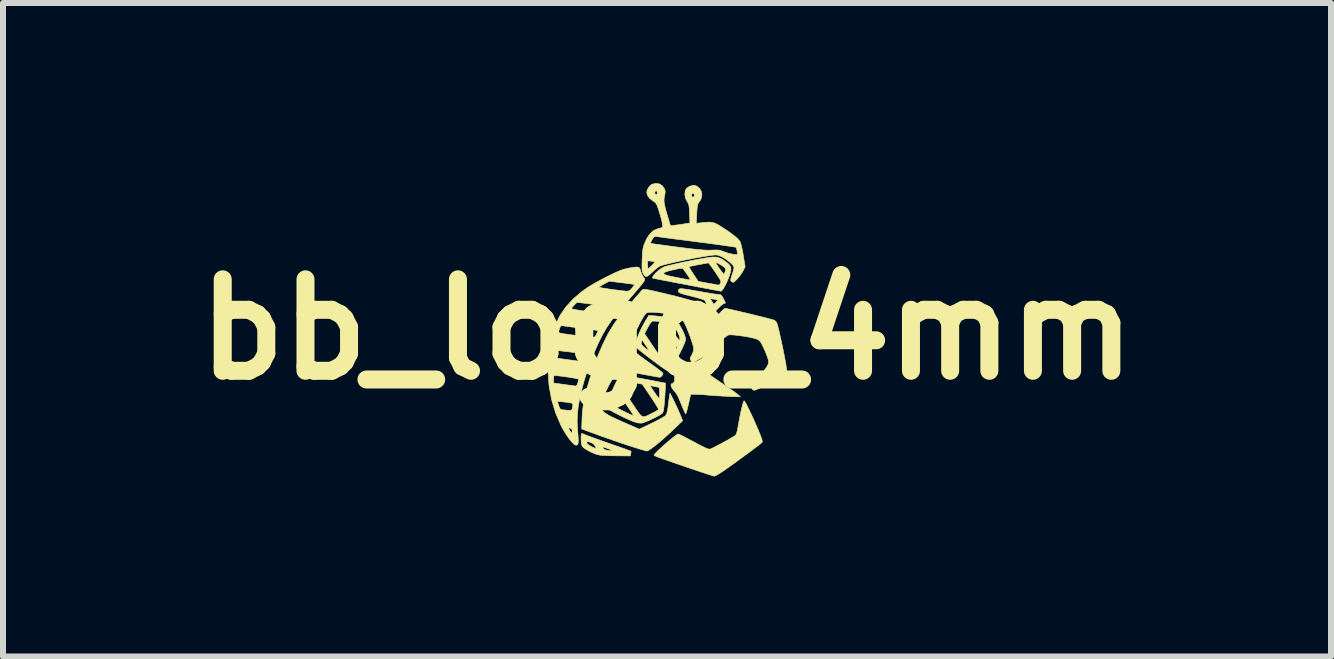
<source format=kicad_pcb>
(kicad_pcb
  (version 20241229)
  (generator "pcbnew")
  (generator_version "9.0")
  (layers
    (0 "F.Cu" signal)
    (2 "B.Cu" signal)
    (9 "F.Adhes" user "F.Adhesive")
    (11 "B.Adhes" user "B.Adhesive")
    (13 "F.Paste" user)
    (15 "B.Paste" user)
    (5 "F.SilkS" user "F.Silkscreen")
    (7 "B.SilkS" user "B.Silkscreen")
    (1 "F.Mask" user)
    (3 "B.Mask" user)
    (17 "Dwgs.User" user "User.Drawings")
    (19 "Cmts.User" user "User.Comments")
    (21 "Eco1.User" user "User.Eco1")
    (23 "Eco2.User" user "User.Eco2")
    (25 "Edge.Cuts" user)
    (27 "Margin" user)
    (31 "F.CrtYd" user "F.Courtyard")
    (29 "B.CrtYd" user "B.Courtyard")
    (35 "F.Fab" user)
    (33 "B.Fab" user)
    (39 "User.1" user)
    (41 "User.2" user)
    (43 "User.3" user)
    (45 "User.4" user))
  (footprint "bb_logo_4mm"
    (layer "F.Cu")
    (at 8.063 2.438)
    (property "Reference" "bb_logo_4mm" (at 0 0 0) (layer "F.SilkS") (effects (font (size 1.524 1.524) (thickness 0.3))))
    (attr through_hole)
    (fp_poly (pts (xy 0.261 -0.677) (xy 0.313 -0.67) (xy 0.385 -0.659) (xy 0.478 -0.643) (xy 0.52 -0.636) (xy 0.61 -0.62) (xy 0.693 -0.606) (xy 0.765 -0.594) (xy 0.821 -0.586) (xy 0.857 -0.582) (xy 0.866 -0.581) (xy 0.891 -0.577) (xy 0.91 -0.562) (xy 0.931 -0.529) (xy 0.939 -0.514) (xy 0.957 -0.476) (xy 0.97 -0.449) (xy 0.973 -0.441) (xy 0.961 -0.434) (xy 0.941 -0.427) (xy 0.919 -0.414) (xy 0.886 -0.385) (xy 0.845 -0.344) (xy 0.816 -0.312) (xy 0.777 -0.268) (xy 0.744 -0.232) (xy 0.721 -0.209) (xy 0.713 -0.204) (xy 0.704 -0.214) (xy 0.703 -0.228) (xy 0.699 -0.26) (xy 0.689 -0.306) (xy 0.675 -0.36) (xy 0.659 -0.412) (xy 0.644 -0.455) (xy 0.632 -0.481) (xy 0.629 -0.484) (xy 0.61 -0.494) (xy 0.57 -0.508) (xy 0.558 -0.512) (xy 0.717 -0.512) (xy 0.747 -0.465) (xy 0.766 -0.437) (xy 0.778 -0.42) (xy 0.78 -0.419) (xy 0.79 -0.427) (xy 0.812 -0.448) (xy 0.817 -0.453) (xy 0.836 -0.474) (xy 0.838 -0.487) (xy 0.821 -0.496) (xy 0.781 -0.503) (xy 0.767 -0.505) (xy 0.717 -0.512) (xy 0.558 -0.512) (xy 0.513 -0.525) (xy 0.445 -0.543) (xy 0.403 -0.554) (xy 0.323 -0.574) (xy 0.265 -0.59) (xy 0.227 -0.603) (xy 0.204 -0.614) (xy 0.194 -0.625) (xy 0.192 -0.63) (xy 0.191 -0.65) (xy 0.194 -0.664) (xy 0.205 -0.674) (xy 0.226 -0.678) (xy 0.261 -0.677)) (stroke (width 0.01) (type solid)) (fill yes) (layer "F.SilkS"))
    (fp_poly (pts (xy -1.41 1.736) (xy -1.408 1.736) (xy -1.365 1.754) (xy -1.315 1.774) (xy -1.254 1.796) (xy -1.18 1.823) (xy -1.089 1.856) (xy -0.977 1.895) (xy -0.928 1.912) (xy -0.84 1.943) (xy -0.761 1.971) (xy -0.694 1.994) (xy -0.643 2.013) (xy -0.611 2.025) (xy -0.601 2.029) (xy -0.6 2.044) (xy -0.604 2.071) (xy -0.611 2.108) (xy -0.836 2.106) (xy -0.917 2.105) (xy -0.994 2.102) (xy -1.06 2.099) (xy -1.11 2.096) (xy -1.128 2.093) (xy -1.178 2.08) (xy -1.236 2.058) (xy -1.295 2.03) (xy -1.349 1.999) (xy -1.391 1.97) (xy -1.415 1.945) (xy -1.415 1.944) (xy -1.424 1.914) (xy -1.427 1.888) (xy -1.338 1.888) (xy -1.324 1.912) (xy -1.284 1.939) (xy -1.267 1.949) (xy -1.219 1.972) (xy -1.192 1.982) (xy -1.183 1.979) (xy -1.188 1.963) (xy -1.074 1.963) (xy -1.069 1.976) (xy -1.061 1.985) (xy -1.043 2) (xy -1.015 2.01) (xy -0.972 2.017) (xy -0.908 2.023) (xy -0.905 2.023) (xy -0.906 2.02) (xy -0.927 2.009) (xy -0.965 1.993) (xy -0.966 1.993) (xy -1.024 1.971) (xy -1.06 1.961) (xy -1.074 1.963) (xy -1.188 1.963) (xy -1.188 1.962) (xy -1.198 1.944) (xy -1.218 1.916) (xy -1.242 1.897) (xy -1.279 1.881) (xy -1.307 1.872) (xy -1.33 1.869) (xy -1.337 1.884) (xy -1.338 1.888) (xy -1.427 1.888) (xy -1.43 1.868) (xy -1.432 1.819) (xy -1.431 1.771) (xy -1.428 1.744) (xy -1.422 1.734) (xy -1.41 1.736)) (stroke (width 0.01) (type solid)) (fill yes) (layer "F.SilkS"))
    (fp_poly (pts (xy 0.643 0.53) (xy 0.642 0.545) (xy 0.631 0.576) (xy 0.621 0.601) (xy 0.606 0.64) (xy 0.598 0.668) (xy 0.597 0.676) (xy 0.609 0.686) (xy 0.64 0.709) (xy 0.688 0.742) (xy 0.748 0.784) (xy 0.818 0.832) (xy 0.865 0.863) (xy 0.942 0.916) (xy 1.015 0.966) (xy 1.079 1.011) (xy 1.131 1.048) (xy 1.165 1.074) (xy 1.175 1.082) (xy 1.223 1.123) (xy 1.013 1.115) (xy 0.927 1.111) (xy 0.839 1.106) (xy 0.756 1.1) (xy 0.689 1.095) (xy 0.676 1.094) (xy 0.608 1.088) (xy 0.541 1.084) (xy 0.485 1.081) (xy 0.471 1.081) (xy 0.394 1.081) (xy 0.358 1.24) (xy 0.343 1.302) (xy 0.33 1.354) (xy 0.319 1.391) (xy 0.313 1.407) (xy 0.313 1.407) (xy 0.305 1.399) (xy 0.29 1.369) (xy 0.269 1.323) (xy 0.245 1.265) (xy 0.238 1.247) (xy 0.206 1.168) (xy 0.179 1.109) (xy 0.154 1.066) (xy 0.128 1.033) (xy 0.12 1.025) (xy 0.091 0.99) (xy 0.072 0.955) (xy 0.065 0.925) (xy 0.071 0.908) (xy 0.08 0.905) (xy 0.108 0.893) (xy 0.124 0.859) (xy 0.127 0.806) (xy 0.126 0.794) (xy 0.126 0.721) (xy 0.138 0.676) (xy 0.157 0.629) (xy 0.183 0.674) (xy 0.204 0.703) (xy 0.225 0.714) (xy 0.257 0.712) (xy 0.286 0.703) (xy 0.333 0.684) (xy 0.391 0.656) (xy 0.455 0.623) (xy 0.47 0.615) (xy 0.53 0.582) (xy 0.582 0.556) (xy 0.62 0.538) (xy 0.641 0.53) (xy 0.643 0.53)) (stroke (width 0.01) (type solid)) (fill yes) (layer "F.SilkS"))
    (fp_poly (pts (xy 1.294 1.201) (xy 1.314 1.234) (xy 1.34 1.284) (xy 1.372 1.349) (xy 1.407 1.423) (xy 1.445 1.504) (xy 1.482 1.588) (xy 1.518 1.671) (xy 1.526 1.692) (xy 1.555 1.763) (xy 1.574 1.813) (xy 1.584 1.847) (xy 1.587 1.869) (xy 1.582 1.883) (xy 1.581 1.885) (xy 1.565 1.899) (xy 1.53 1.926) (xy 1.48 1.964) (xy 1.418 2.011) (xy 1.348 2.063) (xy 1.272 2.119) (xy 1.194 2.176) (xy 1.117 2.232) (xy 1.045 2.283) (xy 0.98 2.329) (xy 0.927 2.366) (xy 0.922 2.369) (xy 0.872 2.402) (xy 0.828 2.427) (xy 0.797 2.442) (xy 0.786 2.445) (xy 0.769 2.44) (xy 0.728 2.428) (xy 0.669 2.409) (xy 0.593 2.384) (xy 0.504 2.354) (xy 0.405 2.321) (xy 0.318 2.291) (xy 0.186 2.246) (xy 0.077 2.208) (xy -0.01 2.178) (xy -0.079 2.154) (xy -0.131 2.135) (xy -0.168 2.121) (xy -0.193 2.11) (xy -0.208 2.103) (xy -0.215 2.097) (xy -0.216 2.094) (xy -0.206 2.078) (xy -0.179 2.048) (xy -0.139 2.009) (xy -0.089 1.963) (xy -0.034 1.914) (xy 0.022 1.865) (xy 0.076 1.82) (xy 0.123 1.783) (xy 0.16 1.756) (xy 0.183 1.743) (xy 0.186 1.743) (xy 0.203 1.749) (xy 0.24 1.766) (xy 0.293 1.793) (xy 0.358 1.827) (xy 0.43 1.866) (xy 0.443 1.872) (xy 0.531 1.92) (xy 0.599 1.954) (xy 0.649 1.978) (xy 0.685 1.991) (xy 0.708 1.995) (xy 0.716 1.995) (xy 0.738 1.986) (xy 0.778 1.967) (xy 0.832 1.94) (xy 0.893 1.907) (xy 0.958 1.872) (xy 1.02 1.838) (xy 1.074 1.806) (xy 1.116 1.781) (xy 1.133 1.77) (xy 1.146 1.756) (xy 1.158 1.732) (xy 1.169 1.693) (xy 1.181 1.635) (xy 1.189 1.587) (xy 1.208 1.486) (xy 1.226 1.394) (xy 1.243 1.316) (xy 1.259 1.254) (xy 1.272 1.211) (xy 1.282 1.19) (xy 1.284 1.189) (xy 1.294 1.201)) (stroke (width 0.01) (type solid)) (fill yes) (layer "F.SilkS"))
    (fp_poly (pts (xy 0.987 -0.348) (xy 1.029 -0.339) (xy 1.089 -0.326) (xy 1.163 -0.309) (xy 1.247 -0.289) (xy 1.337 -0.268) (xy 1.428 -0.246) (xy 1.516 -0.224) (xy 1.598 -0.204) (xy 1.67 -0.186) (xy 1.726 -0.171) (xy 1.764 -0.161) (xy 1.776 -0.156) (xy 1.793 -0.148) (xy 1.808 -0.138) (xy 1.82 -0.123) (xy 1.831 -0.099) (xy 1.843 -0.064) (xy 1.856 -0.013) (xy 1.873 0.056) (xy 1.892 0.147) (xy 1.905 0.203) (xy 1.937 0.355) (xy 1.962 0.482) (xy 1.98 0.584) (xy 1.992 0.66) (xy 1.997 0.711) (xy 1.994 0.738) (xy 1.992 0.741) (xy 1.977 0.751) (xy 1.941 0.771) (xy 1.889 0.799) (xy 1.823 0.834) (xy 1.748 0.873) (xy 1.715 0.89) (xy 1.628 0.935) (xy 1.563 0.968) (xy 1.515 0.991) (xy 1.481 1.005) (xy 1.458 1.012) (xy 1.444 1.013) (xy 1.434 1.008) (xy 1.427 1.002) (xy 1.41 0.978) (xy 1.405 0.963) (xy 1.413 0.948) (xy 1.436 0.917) (xy 1.469 0.873) (xy 1.511 0.821) (xy 1.527 0.802) (xy 1.573 0.744) (xy 1.616 0.689) (xy 1.65 0.642) (xy 1.671 0.608) (xy 1.674 0.603) (xy 1.689 0.571) (xy 1.693 0.544) (xy 1.688 0.512) (xy 1.68 0.482) (xy 1.664 0.437) (xy 1.641 0.378) (xy 1.614 0.317) (xy 1.606 0.299) (xy 1.578 0.244) (xy 1.557 0.208) (xy 1.536 0.185) (xy 1.511 0.169) (xy 1.495 0.162) (xy 1.457 0.149) (xy 1.401 0.136) (xy 1.333 0.122) (xy 1.26 0.111) (xy 1.187 0.101) (xy 1.121 0.094) (xy 1.067 0.09) (xy 1.031 0.092) (xy 1.023 0.093) (xy 0.997 0.108) (xy 0.959 0.136) (xy 0.917 0.17) (xy 0.912 0.175) (xy 0.874 0.207) (xy 0.843 0.231) (xy 0.826 0.243) (xy 0.825 0.243) (xy 0.818 0.231) (xy 0.807 0.197) (xy 0.793 0.146) (xy 0.777 0.084) (xy 0.772 0.067) (xy 0.729 -0.11) (xy 0.839 -0.231) (xy 0.883 -0.277) (xy 0.922 -0.316) (xy 0.951 -0.342) (xy 0.966 -0.351) (xy 0.966 -0.351) (xy 0.987 -0.348)) (stroke (width 0.01) (type solid)) (fill yes) (layer "F.SilkS"))
    (fp_poly (pts (xy -0.196 -0.225) (xy -0.117 -0.216) (xy -0.036 -0.202) (xy 0.039 -0.185) (xy 0.103 -0.166) (xy 0.149 -0.146) (xy 0.159 -0.139) (xy 0.184 -0.112) (xy 0.213 -0.067) (xy 0.244 -0.011) (xy 0.273 0.047) (xy 0.295 0.102) (xy 0.307 0.145) (xy 0.307 0.148) (xy 0.308 0.168) (xy 0.304 0.192) (xy 0.293 0.223) (xy 0.276 0.266) (xy 0.249 0.324) (xy 0.211 0.4) (xy 0.19 0.442) (xy 0.152 0.517) (xy 0.117 0.584) (xy 0.087 0.639) (xy 0.064 0.679) (xy 0.051 0.699) (xy 0.05 0.7) (xy 0.036 0.702) (xy 0.008 0.69) (xy -0.034 0.664) (xy -0.095 0.623) (xy -0.103 0.617) (xy -0.168 0.569) (xy -0.245 0.512) (xy -0.324 0.452) (xy -0.39 0.401) (xy -0.449 0.354) (xy -0.49 0.319) (xy -0.516 0.295) (xy -0.53 0.276) (xy -0.534 0.261) (xy -0.532 0.246) (xy -0.528 0.234) (xy -0.43 0.234) (xy -0.422 0.255) (xy -0.399 0.281) (xy -0.377 0.3) (xy -0.343 0.328) (xy -0.317 0.346) (xy -0.307 0.351) (xy -0.309 0.341) (xy -0.323 0.314) (xy -0.347 0.276) (xy -0.353 0.267) (xy -0.381 0.226) (xy -0.402 0.194) (xy -0.413 0.178) (xy -0.414 0.177) (xy -0.419 0.185) (xy -0.427 0.21) (xy -0.427 0.21) (xy -0.43 0.234) (xy -0.528 0.234) (xy -0.515 0.191) (xy -0.488 0.121) (xy -0.466 0.07) (xy -0.375 0.07) (xy -0.219 0.302) (xy -0.149 0.404) (xy -0.092 0.483) (xy -0.048 0.54) (xy -0.015 0.574) (xy 0.007 0.588) (xy 0.014 0.587) (xy 0.022 0.574) (xy 0.04 0.542) (xy 0.066 0.496) (xy 0.094 0.443) (xy 0.167 0.303) (xy 0.02 0.085) (xy -0.1 -0.093) (xy 0.02 -0.093) (xy 0.032 -0.066) (xy 0.06 -0.02) (xy 0.101 0.043) (xy 0.104 0.047) (xy 0.146 0.108) (xy 0.175 0.149) (xy 0.194 0.172) (xy 0.205 0.18) (xy 0.211 0.175) (xy 0.214 0.162) (xy 0.208 0.121) (xy 0.186 0.062) (xy 0.169 0.028) (xy 0.141 -0.021) (xy 0.117 -0.054) (xy 0.088 -0.075) (xy 0.048 -0.092) (xy 0.023 -0.1) (xy 0.02 -0.093) (xy -0.1 -0.093) (xy -0.127 -0.133) (xy -0.191 -0.137) (xy -0.221 -0.139) (xy -0.243 -0.137) (xy -0.26 -0.126) (xy -0.278 -0.104) (xy -0.301 -0.066) (xy -0.332 -0.009) (xy -0.375 0.07) (xy -0.466 0.07) (xy -0.455 0.043) (xy -0.418 -0.035) (xy -0.381 -0.104) (xy -0.368 -0.127) (xy -0.304 -0.233) (xy -0.196 -0.225)) (stroke (width 0.01) (type solid)) (fill yes) (layer "F.SilkS"))
    (fp_poly (pts (xy -0.711 0.775) (xy -0.658 0.78) (xy -0.586 0.791) (xy -0.495 0.806) (xy -0.382 0.827) (xy -0.286 0.845) (xy -0.027 0.895) (xy -0.027 0.944) (xy -0.028 0.975) (xy -0.031 1.027) (xy -0.035 1.093) (xy -0.04 1.165) (xy -0.041 1.182) (xy -0.048 1.264) (xy -0.056 1.324) (xy -0.063 1.364) (xy -0.073 1.388) (xy -0.079 1.396) (xy -0.104 1.416) (xy -0.148 1.442) (xy -0.205 1.472) (xy -0.267 1.501) (xy -0.328 1.528) (xy -0.381 1.549) (xy -0.421 1.561) (xy -0.428 1.562) (xy -0.487 1.558) (xy -0.563 1.535) (xy -0.565 1.534) (xy -0.628 1.507) (xy -0.699 1.475) (xy -0.771 1.44) (xy -0.841 1.405) (xy -0.902 1.372) (xy -0.95 1.344) (xy -0.98 1.324) (xy -0.984 1.32) (xy -1.012 1.29) (xy -0.994 1.236) (xy -0.897 1.236) (xy -0.896 1.253) (xy -0.891 1.267) (xy -0.876 1.281) (xy -0.849 1.299) (xy -0.806 1.322) (xy -0.743 1.354) (xy -0.73 1.36) (xy -0.669 1.39) (xy -0.617 1.415) (xy -0.579 1.432) (xy -0.559 1.44) (xy -0.557 1.44) (xy -0.563 1.428) (xy -0.581 1.397) (xy -0.611 1.351) (xy -0.649 1.294) (xy -0.688 1.236) (xy -0.824 1.036) (xy -0.859 1.116) (xy -0.879 1.165) (xy -0.892 1.21) (xy -0.897 1.236) (xy -0.994 1.236) (xy -0.973 1.173) (xy -0.949 1.108) (xy -0.92 1.037) (xy -0.889 0.965) (xy -0.871 0.926) (xy -0.768 0.926) (xy -0.766 0.942) (xy -0.756 0.964) (xy -0.739 0.995) (xy -0.711 1.038) (xy -0.673 1.096) (xy -0.621 1.173) (xy -0.599 1.205) (xy -0.541 1.29) (xy -0.497 1.356) (xy -0.463 1.403) (xy -0.435 1.434) (xy -0.41 1.451) (xy -0.385 1.456) (xy -0.357 1.449) (xy -0.322 1.434) (xy -0.278 1.411) (xy -0.249 1.397) (xy -0.202 1.373) (xy -0.164 1.352) (xy -0.143 1.338) (xy -0.141 1.336) (xy -0.146 1.322) (xy -0.164 1.289) (xy -0.193 1.241) (xy -0.23 1.183) (xy -0.273 1.119) (xy -0.396 0.936) (xy -0.284 0.936) (xy -0.262 0.971) (xy -0.22 1.034) (xy -0.184 1.086) (xy -0.154 1.125) (xy -0.136 1.145) (xy -0.131 1.148) (xy -0.126 1.136) (xy -0.124 1.104) (xy -0.124 1.059) (xy -0.124 1.058) (xy -0.128 0.967) (xy -0.284 0.936) (xy -0.396 0.936) (xy -0.412 0.913) (xy -0.493 0.896) (xy -0.555 0.885) (xy -0.624 0.875) (xy -0.658 0.871) (xy -0.703 0.867) (xy -0.73 0.867) (xy -0.746 0.876) (xy -0.757 0.894) (xy -0.76 0.9) (xy -0.766 0.913) (xy -0.768 0.926) (xy -0.871 0.926) (xy -0.858 0.899) (xy -0.829 0.843) (xy -0.805 0.802) (xy -0.79 0.784) (xy -0.775 0.777) (xy -0.75 0.774) (xy -0.711 0.775)) (stroke (width 0.01) (type solid)) (fill yes) (layer "F.SilkS"))
    (fp_poly (pts (xy 0.815 -1.205) (xy 0.868 -1.193) (xy 0.92 -1.167) (xy 0.958 -1.142) (xy 1.013 -1.101) (xy 1.047 -1.066) (xy 1.063 -1.033) (xy 1.065 -0.996) (xy 1.064 -0.99) (xy 1.054 -0.943) (xy 1.036 -0.886) (xy 1.012 -0.825) (xy 0.985 -0.765) (xy 0.957 -0.711) (xy 0.932 -0.668) (xy 0.91 -0.642) (xy 0.898 -0.637) (xy 0.883 -0.639) (xy 0.843 -0.647) (xy 0.783 -0.658) (xy 0.705 -0.673) (xy 0.611 -0.69) (xy 0.506 -0.71) (xy 0.391 -0.732) (xy 0.338 -0.742) (xy 0.219 -0.765) (xy 0.108 -0.786) (xy 0.007 -0.806) (xy -0.08 -0.822) (xy -0.15 -0.836) (xy -0.202 -0.846) (xy -0.23 -0.851) (xy -0.235 -0.852) (xy -0.243 -0.864) (xy -0.232 -0.887) (xy -0.208 -0.918) (xy -0.197 -0.93) (xy -0.057 -0.93) (xy -0.044 -0.917) (xy -0.009 -0.903) (xy 0.049 -0.888) (xy 0.133 -0.87) (xy 0.157 -0.866) (xy 0.242 -0.849) (xy 0.303 -0.838) (xy 0.345 -0.831) (xy 0.371 -0.827) (xy 0.384 -0.828) (xy 0.388 -0.831) (xy 0.386 -0.837) (xy 0.383 -0.841) (xy 0.364 -0.873) (xy 0.337 -0.913) (xy 0.309 -0.954) (xy 0.283 -0.989) (xy 0.265 -1.013) (xy 0.259 -1.018) (xy 0.241 -1.019) (xy 0.204 -1.014) (xy 0.154 -1.004) (xy 0.099 -0.992) (xy 0.046 -0.979) (xy 0.001 -0.966) (xy -0.024 -0.957) (xy -0.05 -0.943) (xy -0.057 -0.93) (xy -0.197 -0.93) (xy -0.175 -0.953) (xy -0.135 -0.987) (xy -0.094 -1.017) (xy -0.055 -1.039) (xy -0.055 -1.039) (xy -0.034 -1.046) (xy 0.366 -1.046) (xy 0.371 -1.033) (xy 0.388 -1.003) (xy 0.414 -0.96) (xy 0.44 -0.92) (xy 0.52 -0.8) (xy 0.682 -0.77) (xy 0.746 -0.759) (xy 0.8 -0.749) (xy 0.839 -0.741) (xy 0.858 -0.737) (xy 0.858 -0.737) (xy 0.873 -0.745) (xy 0.89 -0.767) (xy 0.896 -0.782) (xy 0.897 -0.797) (xy 0.89 -0.818) (xy 0.874 -0.848) (xy 0.846 -0.891) (xy 0.805 -0.952) (xy 0.804 -0.954) (xy 0.765 -1.01) (xy 0.732 -1.057) (xy 0.706 -1.091) (xy 0.692 -1.107) (xy 0.691 -1.108) (xy 0.673 -1.106) (xy 0.636 -1.099) (xy 0.586 -1.09) (xy 0.529 -1.08) (xy 0.473 -1.069) (xy 0.423 -1.059) (xy 0.385 -1.051) (xy 0.367 -1.046) (xy 0.366 -1.046) (xy -0.034 -1.046) (xy -0.02 -1.051) (xy 0.038 -1.066) (xy 0.113 -1.084) (xy 0.202 -1.104) (xy 0.253 -1.115) (xy 0.811 -1.115) (xy 0.818 -1.099) (xy 0.836 -1.069) (xy 0.862 -1.031) (xy 0.89 -0.99) (xy 0.916 -0.954) (xy 0.936 -0.928) (xy 0.945 -0.919) (xy 0.955 -0.93) (xy 0.967 -0.959) (xy 0.969 -0.965) (xy 0.977 -0.997) (xy 0.971 -1.018) (xy 0.948 -1.039) (xy 0.941 -1.045) (xy 0.906 -1.069) (xy 0.869 -1.091) (xy 0.837 -1.108) (xy 0.815 -1.116) (xy 0.811 -1.115) (xy 0.253 -1.115) (xy 0.3 -1.125) (xy 0.404 -1.146) (xy 0.509 -1.166) (xy 0.61 -1.184) (xy 0.675 -1.195) (xy 0.754 -1.205) (xy 0.815 -1.205)) (stroke (width 0.01) (type solid)) (fill yes) (layer "F.SilkS"))
    (fp_poly (pts (xy -0.351 -0.665) (xy -0.303 -0.657) (xy -0.234 -0.642) (xy -0.201 -0.635) (xy -0.09 -0.609) (xy 0.028 -0.581) (xy 0.145 -0.552) (xy 0.256 -0.523) (xy 0.353 -0.496) (xy 0.426 -0.475) (xy 0.474 -0.458) (xy 0.499 -0.442) (xy 0.505 -0.428) (xy 0.509 -0.408) (xy 0.525 -0.411) (xy 0.537 -0.421) (xy 0.55 -0.426) (xy 0.564 -0.41) (xy 0.574 -0.388) (xy 0.585 -0.356) (xy 0.6 -0.304) (xy 0.618 -0.237) (xy 0.639 -0.158) (xy 0.66 -0.074) (xy 0.681 0.013) (xy 0.701 0.096) (xy 0.718 0.171) (xy 0.732 0.234) (xy 0.74 0.28) (xy 0.743 0.303) (xy 0.739 0.333) (xy 0.723 0.361) (xy 0.693 0.391) (xy 0.645 0.426) (xy 0.577 0.469) (xy 0.55 0.485) (xy 0.5 0.514) (xy 0.46 0.537) (xy 0.434 0.551) (xy 0.427 0.554) (xy 0.417 0.544) (xy 0.4 0.52) (xy 0.4 0.52) (xy 0.387 0.498) (xy 0.386 0.479) (xy 0.397 0.453) (xy 0.412 0.428) (xy 0.432 0.384) (xy 0.444 0.341) (xy 0.446 0.326) (xy 0.441 0.294) (xy 0.427 0.244) (xy 0.406 0.18) (xy 0.381 0.108) (xy 0.353 0.035) (xy 0.325 -0.033) (xy 0.298 -0.092) (xy 0.295 -0.099) (xy 0.269 -0.146) (xy 0.243 -0.176) (xy 0.21 -0.197) (xy 0.193 -0.205) (xy 0.122 -0.23) (xy 0.033 -0.252) (xy -0.066 -0.27) (xy -0.167 -0.282) (xy -0.261 -0.286) (xy -0.314 -0.285) (xy -0.334 -0.279) (xy -0.356 -0.261) (xy -0.381 -0.229) (xy -0.411 -0.18) (xy -0.449 -0.111) (xy -0.491 -0.027) (xy -0.537 0.067) (xy -0.571 0.139) (xy -0.595 0.195) (xy -0.61 0.237) (xy -0.616 0.267) (xy -0.615 0.291) (xy -0.607 0.31) (xy -0.604 0.316) (xy -0.586 0.333) (xy -0.551 0.364) (xy -0.5 0.404) (xy -0.439 0.451) (xy -0.37 0.502) (xy -0.355 0.512) (xy -0.267 0.576) (xy -0.198 0.625) (xy -0.147 0.663) (xy -0.111 0.691) (xy -0.087 0.711) (xy -0.074 0.725) (xy -0.068 0.735) (xy -0.069 0.744) (xy -0.073 0.753) (xy -0.078 0.762) (xy -0.099 0.789) (xy -0.121 0.797) (xy -0.141 0.795) (xy -0.184 0.788) (xy -0.245 0.777) (xy -0.321 0.763) (xy -0.407 0.747) (xy -0.465 0.736) (xy -0.571 0.716) (xy -0.653 0.701) (xy -0.716 0.691) (xy -0.764 0.688) (xy -0.799 0.693) (xy -0.826 0.705) (xy -0.849 0.727) (xy -0.87 0.757) (xy -0.895 0.798) (xy -0.908 0.821) (xy -0.965 0.923) (xy -1.014 1.023) (xy -1.052 1.116) (xy -1.08 1.198) (xy -1.093 1.265) (xy -1.094 1.286) (xy -1.092 1.314) (xy -1.083 1.34) (xy -1.066 1.365) (xy -1.037 1.39) (xy -0.995 1.418) (xy -0.937 1.45) (xy -0.861 1.486) (xy -0.765 1.53) (xy -0.653 1.579) (xy -0.462 1.662) (xy -0.255 1.563) (xy -0.184 1.528) (xy -0.121 1.495) (xy -0.069 1.466) (xy -0.035 1.445) (xy -0.022 1.435) (xy -0.005 1.401) (xy 0.01 1.343) (xy 0.016 1.301) (xy 0.024 1.239) (xy 0.032 1.177) (xy 0.039 1.129) (xy 0.039 1.128) (xy 0.049 1.061) (xy 0.11 1.182) (xy 0.143 1.25) (xy 0.178 1.325) (xy 0.208 1.394) (xy 0.216 1.412) (xy 0.26 1.521) (xy 0.14 1.637) (xy 0.062 1.711) (xy -0.017 1.783) (xy -0.093 1.85) (xy -0.164 1.909) (xy -0.227 1.959) (xy -0.278 1.996) (xy -0.316 2.019) (xy -0.335 2.026) (xy -0.356 2.021) (xy -0.396 2.01) (xy -0.453 1.994) (xy -0.52 1.973) (xy -0.561 1.96) (xy -0.646 1.933) (xy -0.747 1.899) (xy -0.858 1.861) (xy -0.973 1.821) (xy -1.086 1.782) (xy -1.19 1.744) (xy -1.28 1.711) (xy -1.343 1.688) (xy -1.422 1.657) (xy -1.415 1.467) (xy -1.407 1.354) (xy -1.392 1.238) (xy -1.367 1.114) (xy -1.333 0.979) (xy -1.288 0.828) (xy -1.243 0.69) (xy -1.159 0.457) (xy -1.071 0.25) (xy -0.981 0.069) (xy -0.887 -0.085) (xy -0.836 -0.158) (xy -0.809 -0.192) (xy -0.768 -0.242) (xy -0.717 -0.304) (xy -0.659 -0.373) (xy -0.597 -0.445) (xy -0.537 -0.516) (xy -0.48 -0.581) (xy -0.432 -0.637) (xy -0.411 -0.66) (xy -0.401 -0.666) (xy -0.382 -0.668) (xy -0.351 -0.665)) (stroke (width 0.01) (type solid)) (fill yes) (layer "F.SilkS"))
    (fp_poly (pts (xy -0.122 -2.422) (xy -0.073 -2.387) (xy -0.046 -2.348) (xy -0.035 -2.322) (xy -0.031 -2.294) (xy -0.035 -2.255) (xy -0.042 -2.222) (xy -0.048 -2.186) (xy -0.05 -2.152) (xy -0.048 -2.115) (xy -0.04 -2.07) (xy -0.027 -2.014) (xy -0.007 -1.942) (xy 0.02 -1.85) (xy 0.029 -1.819) (xy 0.057 -1.727) (xy 0.133 -1.736) (xy 0.191 -1.743) (xy 0.257 -1.753) (xy 0.295 -1.759) (xy 0.382 -1.773) (xy 0.376 -1.926) (xy 0.373 -1.994) (xy 0.368 -2.042) (xy 0.362 -2.077) (xy 0.351 -2.104) (xy 0.336 -2.13) (xy 0.334 -2.133) (xy 0.307 -2.185) (xy 0.298 -2.238) (xy 0.408 -2.238) (xy 0.414 -2.214) (xy 0.431 -2.202) (xy 0.432 -2.202) (xy 0.449 -2.213) (xy 0.455 -2.223) (xy 0.455 -2.248) (xy 0.442 -2.265) (xy 0.423 -2.264) (xy 0.417 -2.26) (xy 0.408 -2.238) (xy 0.298 -2.238) (xy 0.298 -2.241) (xy 0.297 -2.256) (xy 0.304 -2.313) (xy 0.327 -2.353) (xy 0.371 -2.381) (xy 0.402 -2.392) (xy 0.443 -2.401) (xy 0.474 -2.396) (xy 0.497 -2.386) (xy 0.544 -2.348) (xy 0.573 -2.296) (xy 0.581 -2.237) (xy 0.568 -2.177) (xy 0.543 -2.134) (xy 0.526 -2.112) (xy 0.514 -2.09) (xy 0.507 -2.062) (xy 0.502 -2.022) (xy 0.497 -1.964) (xy 0.495 -1.927) (xy 0.486 -1.767) (xy 0.557 -1.775) (xy 0.639 -1.784) (xy 0.7 -1.787) (xy 0.749 -1.783) (xy 0.792 -1.772) (xy 0.837 -1.751) (xy 0.889 -1.72) (xy 0.897 -1.715) (xy 1.012 -1.64) (xy 1.101 -1.576) (xy 1.167 -1.521) (xy 1.208 -1.477) (xy 1.219 -1.459) (xy 1.229 -1.428) (xy 1.242 -1.377) (xy 1.256 -1.313) (xy 1.269 -1.241) (xy 1.271 -1.228) (xy 1.301 -1.044) (xy 1.272 -0.985) (xy 1.249 -0.945) (xy 1.218 -0.9) (xy 1.182 -0.856) (xy 1.148 -0.818) (xy 1.119 -0.792) (xy 1.102 -0.784) (xy 1.079 -0.793) (xy 1.068 -0.803) (xy 1.061 -0.819) (xy 1.064 -0.845) (xy 1.076 -0.887) (xy 1.087 -0.92) (xy 1.103 -0.97) (xy 1.113 -1.012) (xy 1.115 -1.039) (xy 1.114 -1.041) (xy 1.096 -1.071) (xy 1.06 -1.108) (xy 1.013 -1.147) (xy 0.961 -1.184) (xy 0.91 -1.212) (xy 0.909 -1.213) (xy 0.871 -1.229) (xy 0.841 -1.238) (xy 0.81 -1.241) (xy 0.77 -1.238) (xy 0.714 -1.231) (xy 0.641 -1.22) (xy 0.548 -1.204) (xy 0.443 -1.185) (xy 0.332 -1.163) (xy 0.222 -1.14) (xy 0.119 -1.118) (xy 0.032 -1.098) (xy -0.012 -1.087) (xy -0.073 -1.07) (xy -0.116 -1.055) (xy -0.151 -1.035) (xy -0.187 -1.007) (xy -0.232 -0.966) (xy -0.232 -0.966) (xy -0.274 -0.928) (xy -0.311 -0.898) (xy -0.337 -0.881) (xy -0.345 -0.878) (xy -0.365 -0.889) (xy -0.388 -0.915) (xy -0.393 -0.922) (xy -0.404 -0.942) (xy -0.411 -0.963) (xy -0.416 -0.992) (xy -0.417 -1.032) (xy -0.417 -1.078) (xy -0.324 -1.078) (xy -0.322 -1.04) (xy -0.318 -1.017) (xy -0.315 -1.013) (xy -0.3 -1.022) (xy -0.274 -1.044) (xy -0.254 -1.063) (xy -0.225 -1.093) (xy -0.207 -1.115) (xy -0.203 -1.123) (xy -0.215 -1.129) (xy -0.245 -1.135) (xy -0.263 -1.137) (xy -0.324 -1.142) (xy -0.324 -1.078) (xy -0.417 -1.078) (xy -0.417 -1.09) (xy -0.415 -1.155) (xy -0.411 -1.24) (xy -0.407 -1.304) (xy -0.399 -1.353) (xy -0.389 -1.394) (xy -0.38 -1.419) (xy -0.373 -1.435) (xy -0.277 -1.435) (xy -0.263 -1.432) (xy -0.225 -1.426) (xy -0.167 -1.417) (xy -0.091 -1.407) (xy -0.002 -1.395) (xy 0.099 -1.381) (xy 0.172 -1.372) (xy 0.305 -1.355) (xy 0.414 -1.341) (xy 0.504 -1.332) (xy 0.578 -1.325) (xy 0.638 -1.321) (xy 0.689 -1.319) (xy 0.734 -1.32) (xy 0.744 -1.321) (xy 0.808 -1.323) (xy 0.853 -1.322) (xy 0.888 -1.316) (xy 0.921 -1.305) (xy 0.94 -1.297) (xy 1.032 -1.265) (xy 1.135 -1.246) (xy 1.153 -1.245) (xy 1.168 -1.247) (xy 1.173 -1.261) (xy 1.17 -1.293) (xy 1.168 -1.3) (xy 1.161 -1.338) (xy 1.153 -1.363) (xy 1.15 -1.367) (xy 1.136 -1.371) (xy 1.097 -1.377) (xy 1.036 -1.386) (xy 0.957 -1.398) (xy 0.862 -1.411) (xy 0.753 -1.426) (xy 0.633 -1.442) (xy 0.507 -1.458) (xy 0.377 -1.475) (xy 0.255 -1.491) (xy 0.142 -1.505) (xy 0.043 -1.518) (xy -0.041 -1.529) (xy -0.107 -1.538) (xy -0.151 -1.544) (xy -0.171 -1.547) (xy -0.198 -1.549) (xy -0.218 -1.541) (xy -0.237 -1.515) (xy -0.248 -1.497) (xy -0.267 -1.463) (xy -0.277 -1.44) (xy -0.277 -1.435) (xy -0.373 -1.435) (xy -0.335 -1.519) (xy -0.284 -1.594) (xy -0.226 -1.646) (xy -0.16 -1.676) (xy -0.132 -1.683) (xy -0.097 -1.692) (xy -0.075 -1.705) (xy -0.073 -1.709) (xy -0.072 -1.733) (xy -0.08 -1.778) (xy -0.095 -1.841) (xy -0.117 -1.918) (xy -0.144 -2.003) (xy -0.144 -2.003) (xy -0.162 -2.057) (xy -0.178 -2.091) (xy -0.197 -2.115) (xy -0.223 -2.134) (xy -0.238 -2.143) (xy -0.294 -2.187) (xy -0.328 -2.238) (xy -0.336 -2.277) (xy -0.203 -2.277) (xy -0.196 -2.249) (xy -0.182 -2.243) (xy -0.166 -2.255) (xy -0.162 -2.277) (xy -0.169 -2.304) (xy -0.182 -2.31) (xy -0.199 -2.299) (xy -0.203 -2.277) (xy -0.336 -2.277) (xy -0.338 -2.286) (xy -0.328 -2.328) (xy -0.302 -2.372) (xy -0.269 -2.407) (xy -0.249 -2.419) (xy -0.182 -2.433) (xy -0.122 -2.422)) (stroke (width 0.01) (type solid)) (fill yes) (layer "F.SilkS"))
    (fp_poly (pts (xy -0.493 -1.038) (xy -0.469 -1.032) (xy -0.454 -1.016) (xy -0.442 -0.984) (xy -0.438 -0.968) (xy -0.422 -0.922) (xy -0.401 -0.883) (xy -0.392 -0.871) (xy -0.372 -0.846) (xy -0.372 -0.824) (xy -0.379 -0.809) (xy -0.396 -0.783) (xy -0.428 -0.742) (xy -0.476 -0.683) (xy -0.541 -0.607) (xy -0.623 -0.512) (xy -0.723 -0.399) (xy -0.832 -0.271) (xy -0.925 -0.15) (xy -1.006 -0.029) (xy -1.079 0.097) (xy -1.147 0.234) (xy -1.215 0.39) (xy -1.245 0.464) (xy -1.322 0.671) (xy -1.384 0.865) (xy -1.434 1.054) (xy -1.453 1.138) (xy -1.478 1.276) (xy -1.493 1.402) (xy -1.497 1.526) (xy -1.492 1.66) (xy -1.487 1.714) (xy -1.481 1.793) (xy -1.478 1.849) (xy -1.479 1.886) (xy -1.484 1.907) (xy -1.487 1.913) (xy -1.505 1.929) (xy -1.523 1.928) (xy -1.55 1.912) (xy -1.582 1.881) (xy -1.623 1.832) (xy -1.668 1.769) (xy -1.713 1.698) (xy -1.739 1.652) (xy -1.64 1.652) (xy -1.631 1.667) (xy -1.613 1.696) (xy -1.603 1.712) (xy -1.589 1.728) (xy -1.582 1.719) (xy -1.581 1.69) (xy -1.586 1.66) (xy -1.607 1.647) (xy -1.615 1.645) (xy -1.638 1.642) (xy -1.64 1.652) (xy -1.739 1.652) (xy -1.754 1.625) (xy -1.766 1.602) (xy -1.856 1.393) (xy -1.913 1.203) (xy -1.824 1.203) (xy -1.82 1.219) (xy -1.81 1.252) (xy -1.803 1.274) (xy -1.788 1.311) (xy -1.773 1.331) (xy -1.748 1.339) (xy -1.725 1.341) (xy -1.662 1.347) (xy -1.621 1.349) (xy -1.597 1.346) (xy -1.584 1.336) (xy -1.578 1.319) (xy -1.574 1.296) (xy -1.57 1.26) (xy -1.57 1.237) (xy -1.571 1.234) (xy -1.587 1.229) (xy -1.622 1.222) (xy -1.667 1.215) (xy -1.717 1.209) (xy -1.764 1.204) (xy -1.802 1.201) (xy -1.822 1.201) (xy -1.824 1.203) (xy -1.913 1.203) (xy -1.922 1.173) (xy -1.965 0.945) (xy -1.973 0.831) (xy -1.891 0.831) (xy -1.891 0.867) (xy -1.889 0.89) (xy -1.888 0.893) (xy -1.874 0.895) (xy -1.84 0.9) (xy -1.79 0.907) (xy -1.732 0.915) (xy -1.671 0.924) (xy -1.612 0.931) (xy -1.563 0.938) (xy -1.529 0.943) (xy -1.517 0.944) (xy -1.504 0.934) (xy -1.49 0.905) (xy -1.487 0.895) (xy -1.478 0.859) (xy -1.473 0.833) (xy -1.473 0.83) (xy -1.485 0.825) (xy -1.519 0.817) (xy -1.568 0.808) (xy -1.628 0.798) (xy -1.691 0.789) (xy -1.754 0.78) (xy -1.81 0.774) (xy -1.853 0.77) (xy -1.868 0.77) (xy -1.883 0.775) (xy -1.89 0.796) (xy -1.891 0.831) (xy -1.973 0.831) (xy -1.982 0.711) (xy -1.976 0.473) (xy -1.975 0.467) (xy -1.887 0.467) (xy -1.886 0.469) (xy -1.872 0.472) (xy -1.837 0.478) (xy -1.785 0.486) (xy -1.722 0.495) (xy -1.652 0.505) (xy -1.581 0.514) (xy -1.515 0.523) (xy -1.457 0.531) (xy -1.413 0.536) (xy -1.389 0.539) (xy -1.369 0.527) (xy -1.35 0.489) (xy -1.346 0.48) (xy -1.338 0.457) (xy -1.333 0.441) (xy -1.334 0.428) (xy -1.345 0.418) (xy -1.368 0.411) (xy -1.407 0.403) (xy -1.464 0.395) (xy -1.543 0.386) (xy -1.601 0.378) (xy -1.693 0.367) (xy -1.762 0.359) (xy -1.811 0.354) (xy -1.843 0.354) (xy -1.863 0.358) (xy -1.874 0.367) (xy -1.878 0.381) (xy -1.881 0.401) (xy -1.882 0.408) (xy -1.886 0.444) (xy -1.887 0.467) (xy -1.975 0.467) (xy -1.944 0.234) (xy -1.912 0.084) (xy -1.898 0.042) (xy -1.806 0.042) (xy -1.803 0.05) (xy -1.792 0.057) (xy -1.77 0.064) (xy -1.733 0.071) (xy -1.678 0.079) (xy -1.602 0.089) (xy -1.544 0.097) (xy -1.441 0.11) (xy -1.36 0.121) (xy -1.3 0.128) (xy -1.257 0.131) (xy -1.228 0.13) (xy -1.208 0.126) (xy -1.196 0.117) (xy -1.187 0.104) (xy -1.178 0.087) (xy -1.175 0.08) (xy -1.159 0.046) (xy -1.151 0.024) (xy -1.151 0.02) (xy -1.165 0.017) (xy -1.202 0.011) (xy -1.257 0.003) (xy -1.328 -0.006) (xy -1.408 -0.017) (xy -1.426 -0.019) (xy -1.51 -0.03) (xy -1.588 -0.04) (xy -1.654 -0.049) (xy -1.703 -0.056) (xy -1.731 -0.06) (xy -1.733 -0.06) (xy -1.758 -0.061) (xy -1.776 -0.048) (xy -1.79 -0.018) (xy -1.804 0.031) (xy -1.806 0.042) (xy -1.898 0.042) (xy -1.857 -0.082) (xy -1.781 -0.236) (xy -1.705 -0.345) (xy -1.59 -0.345) (xy -1.576 -0.34) (xy -1.54 -0.332) (xy -1.487 -0.323) (xy -1.42 -0.312) (xy -1.346 -0.3) (xy -1.268 -0.289) (xy -1.191 -0.278) (xy -1.119 -0.269) (xy -1.059 -0.263) (xy -1.013 -0.259) (xy -1.004 -0.258) (xy -0.972 -0.262) (xy -0.944 -0.281) (xy -0.92 -0.307) (xy -0.895 -0.338) (xy -0.881 -0.36) (xy -0.878 -0.365) (xy -0.891 -0.369) (xy -0.927 -0.375) (xy -0.982 -0.384) (xy -1.053 -0.394) (xy -1.136 -0.405) (xy -1.189 -0.412) (xy -1.5 -0.451) (xy -1.547 -0.405) (xy -1.574 -0.376) (xy -1.589 -0.352) (xy -1.59 -0.345) (xy -1.705 -0.345) (xy -1.682 -0.378) (xy -1.56 -0.511) (xy -1.412 -0.635) (xy -1.315 -0.703) (xy -1.135 -0.703) (xy -1.122 -0.699) (xy -1.088 -0.692) (xy -1.037 -0.684) (xy -0.975 -0.674) (xy -0.907 -0.665) (xy -0.838 -0.655) (xy -0.773 -0.647) (xy -0.718 -0.641) (xy -0.677 -0.637) (xy -0.668 -0.637) (xy -0.637 -0.641) (xy -0.61 -0.658) (xy -0.583 -0.688) (xy -0.559 -0.72) (xy -0.543 -0.741) (xy -0.54 -0.747) (xy -0.553 -0.75) (xy -0.588 -0.756) (xy -0.641 -0.763) (xy -0.707 -0.772) (xy -0.752 -0.777) (xy -0.963 -0.803) (xy -1.049 -0.757) (xy -1.091 -0.733) (xy -1.121 -0.714) (xy -1.135 -0.703) (xy -1.135 -0.703) (xy -1.315 -0.703) (xy -1.304 -0.71) (xy -1.249 -0.744) (xy -1.178 -0.784) (xy -1.097 -0.828) (xy -1.013 -0.872) (xy -0.93 -0.913) (xy -0.855 -0.949) (xy -0.792 -0.976) (xy -0.757 -0.99) (xy -0.693 -1.009) (xy -0.624 -1.024) (xy -0.561 -1.035) (xy -0.51 -1.039) (xy -0.493 -1.038)) (stroke (width 0.01) (type solid)) (fill yes) (layer "F.SilkS")))
  (gr_rect
    (start -3 -3)
    (end 19.125 7.887)
    (stroke (width 0.1) (type default))
    (fill no)
    (layer "Edge.Cuts")))
</source>
